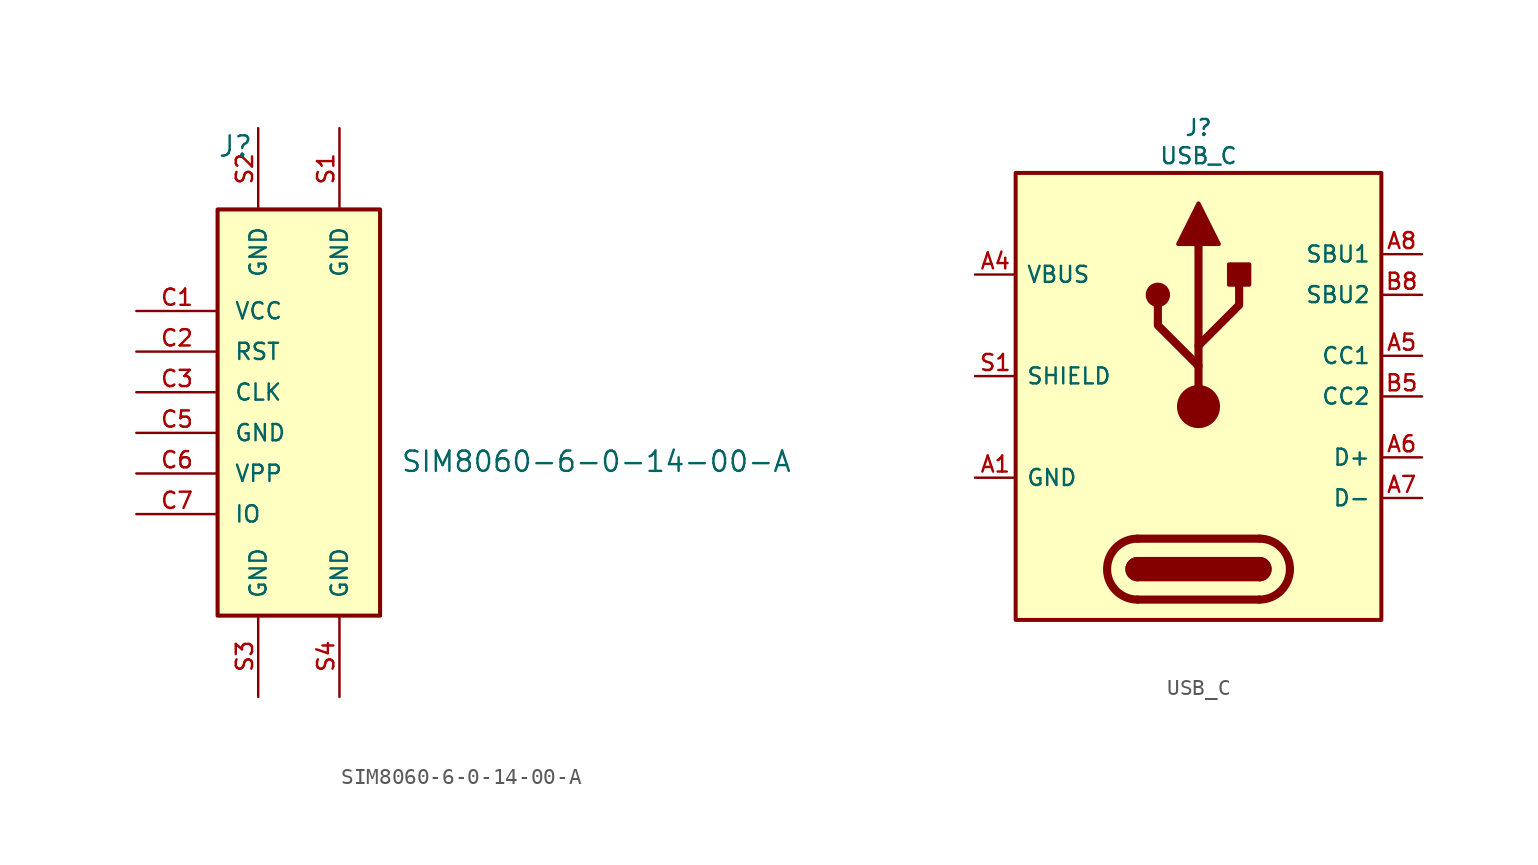
<source format=kicad_sym>
(kicad_symbol_lib
  (version 20241209)
  (generator "kicad_symbol_editor")
  (generator_version "9.0")
  (symbol "SIM8060-6-0-14-00-A"
    (pin_names
      (offset 1.016))
    (property "Reference" "J"
      (at -5.09 13.36 0)
      (effects (font (size 1.27 1.27)) (justify left bottom)))
    (property "Value" "SIM8060-6-0-14-00-A"
      (at 6.35 -6.35 0)
      (effects (font (size 1.27 1.27)) (justify left bottom)))
    (symbol "SIM8060-6-0-14-00-A_0_0"
      (rectangle (start -5.08 10.16) (end 5.08 -15.24) (stroke (width 0.254) (type default)) (fill (type background)))
      (pin passive line (at -10.16 3.81 0) (length 5.08) (name "VCC" (effects (font (size 1.016 1.016)))) (number "C1" (effects (font (size 1.016 1.016)))))
      (pin passive line (at -10.16 1.27 0) (length 5.08) (name "RST" (effects (font (size 1.016 1.016)))) (number "C2" (effects (font (size 1.016 1.016)))))
      (pin passive line (at -10.16 -1.27 0) (length 5.08) (name "CLK" (effects (font (size 1.016 1.016)))) (number "C3" (effects (font (size 1.016 1.016)))))
      (pin passive line (at -10.16 -3.81 0) (length 5.08) (name "GND" (effects (font (size 1.016 1.016)))) (number "C5" (effects (font (size 1.016 1.016)))))
      (pin passive line (at -10.16 -6.35 0) (length 5.08) (name "VPP" (effects (font (size 1.016 1.016)))) (number "C6" (effects (font (size 1.016 1.016)))))
      (pin passive line (at -10.16 -8.89 0) (length 5.08) (name "IO" (effects (font (size 1.016 1.016)))) (number "C7" (effects (font (size 1.016 1.016))))))
    (symbol "SIM8060-6-0-14-00-A_1_0"
      (pin passive line (at -2.54 15.24 270) (length 5.08) (name "GND" (effects (font (size 1.016 1.016)))) (number "S2" (effects (font (size 1.016 1.016)))))
      (pin passive line (at -2.54 -20.32 90) (length 5.08) (name "GND" (effects (font (size 1.016 1.016)))) (number "S3" (effects (font (size 1.016 1.016)))))
      (pin passive line (at 2.54 15.24 270) (length 5.08) (name "GND" (effects (font (size 1.016 1.016)))) (number "S1" (effects (font (size 1.016 1.016)))))
      (pin passive line (at 2.54 -20.32 90) (length 5.08) (name "GND" (effects (font (size 1.016 1.016)))) (number "S4" (effects (font (size 1.016 1.016)))))))
  (symbol "USB_C"
    (pin_names
      (offset 0.635))
    (property "Reference" "J"
      (at 11.43 2.83 0)
      (effects (font (size 1 1))))
    (property "Value" "USB_C"
      (at 11.43 1.068 0)
      (effects (font (size 1 1))))
    (symbol "USB_C_0_1"
      (rectangle (start 0 0) (end 22.86 -27.94) (stroke (width 0.25) (type default)) (fill (type background)))
      (polyline (pts (xy 7.62 -22.86) (xy 15.24 -22.86)) (stroke (width 0.508) (type default)) (fill (type none)))
      (rectangle (start 7.62 -24.13) (end 15.24 -25.4) (stroke (width 0.254) (type default)) (fill (type outline)))
      (arc (start 7.62 -25.4) (mid 6.989 -24.765) (end 7.62 -24.13) (stroke (width 0.254) (type default)) (fill (type none)))
      (arc (start 7.62 -25.4) (mid 6.989 -24.765) (end 7.62 -24.13) (stroke (width 0.254) (type default)) (fill (type outline)))
      (arc (start 7.62 -26.67) (mid 5.723 -24.765) (end 7.62 -22.86) (stroke (width 0.508) (type default)) (fill (type none)))
      (circle (center 8.89 -7.62) (radius 0.635) (stroke (width 0.254) (type default)) (fill (type outline)))
      (polyline (pts (xy 10.16 -4.445) (xy 11.43 -1.905) (xy 12.7 -4.445) (xy 10.16 -4.445)) (stroke (width 0.254) (type default)) (fill (type outline)))
      (polyline (pts (xy 11.43 -10.795) (xy 13.97 -8.255) (xy 13.97 -6.985)) (stroke (width 0.508) (type default)) (fill (type none)))
      (polyline (pts (xy 11.43 -12.065) (xy 8.89 -9.525) (xy 8.89 -8.255)) (stroke (width 0.508) (type default)) (fill (type none)))
      (polyline (pts (xy 11.43 -14.605) (xy 11.43 -4.445)) (stroke (width 0.508) (type default)) (fill (type none)))
      (circle (center 11.43 -14.605) (radius 1.27) (stroke (width 0) (type default)) (fill (type outline)))
      (rectangle (start 13.335 -6.985) (end 14.605 -5.715) (stroke (width 0.254) (type default)) (fill (type outline)))
      (arc (start 15.24 -22.86) (mid 17.137 -24.765) (end 15.24 -26.67) (stroke (width 0.508) (type default)) (fill (type none)))
      (arc (start 15.24 -24.13) (mid 15.872 -24.765) (end 15.24 -25.4) (stroke (width 0.254) (type default)) (fill (type none)))
      (arc (start 15.24 -24.13) (mid 15.872 -24.765) (end 15.24 -25.4) (stroke (width 0.254) (type default)) (fill (type outline)))
      (polyline (pts (xy 15.24 -26.67) (xy 7.62 -26.67)) (stroke (width 0.508) (type default)) (fill (type none))))
    (symbol "USB_C_1_1"
      (pin passive line (at -2.54 -6.35 0) (length 2.54) (name "VBUS" (effects (font (size 1 1)))) (number "A4" (effects (font (size 1 1)))))
      (pin passive line (at -2.54 -6.35 0) (length 2.54) (hide yes) (name "VBUS" (effects (font (size 1 1)))) (number "A9" (effects (font (size 1 1)))))
      (pin passive line (at -2.54 -12.7 0) (length 2.54) (name "SHIELD" (effects (font (size 1 1)))) (number "S1" (effects (font (size 1 1)))))
      (pin passive line (at -2.54 -19.05 0) (length 2.54) (name "GND" (effects (font (size 1 1)))) (number "A1" (effects (font (size 1 1)))))
      (pin passive line (at -2.54 -19.05 0) (length 2.54) (hide yes) (name "GND" (effects (font (size 1 1)))) (number "A12" (effects (font (size 1 1)))))
      (pin bidirectional line (at 25.4 -5.08 180) (length 2.54) (name "SBU1" (effects (font (size 1 1)))) (number "A8" (effects (font (size 1 1)))))
      (pin bidirectional line (at 25.4 -7.62 180) (length 2.54) (name "SBU2" (effects (font (size 1 1)))) (number "B8" (effects (font (size 1 1)))))
      (pin bidirectional line (at 25.4 -11.43 180) (length 2.54) (name "CC1" (effects (font (size 1 1)))) (number "A5" (effects (font (size 1 1)))))
      (pin bidirectional line (at 25.4 -13.97 180) (length 2.54) (name "CC2" (effects (font (size 1 1)))) (number "B5" (effects (font (size 1 1)))))
      (pin bidirectional line (at 25.4 -17.78 180) (length 2.54) (name "D+" (effects (font (size 1 1)))) (number "A6" (effects (font (size 1 1)))))
      (pin bidirectional line (at 25.4 -17.78 180) (length 2.54) (hide yes) (name "D+" (effects (font (size 1 1)))) (number "B6" (effects (font (size 1 1)))))
      (pin bidirectional line (at 25.4 -20.32 180) (length 2.54) (name "D-" (effects (font (size 1 1)))) (number "A7" (effects (font (size 1 1)))))
      (pin bidirectional line (at 25.4 -20.32 180) (length 2.54) (hide yes) (name "D-" (effects (font (size 1 1)))) (number "B7" (effects (font (size 1 1))))))))
</source>
